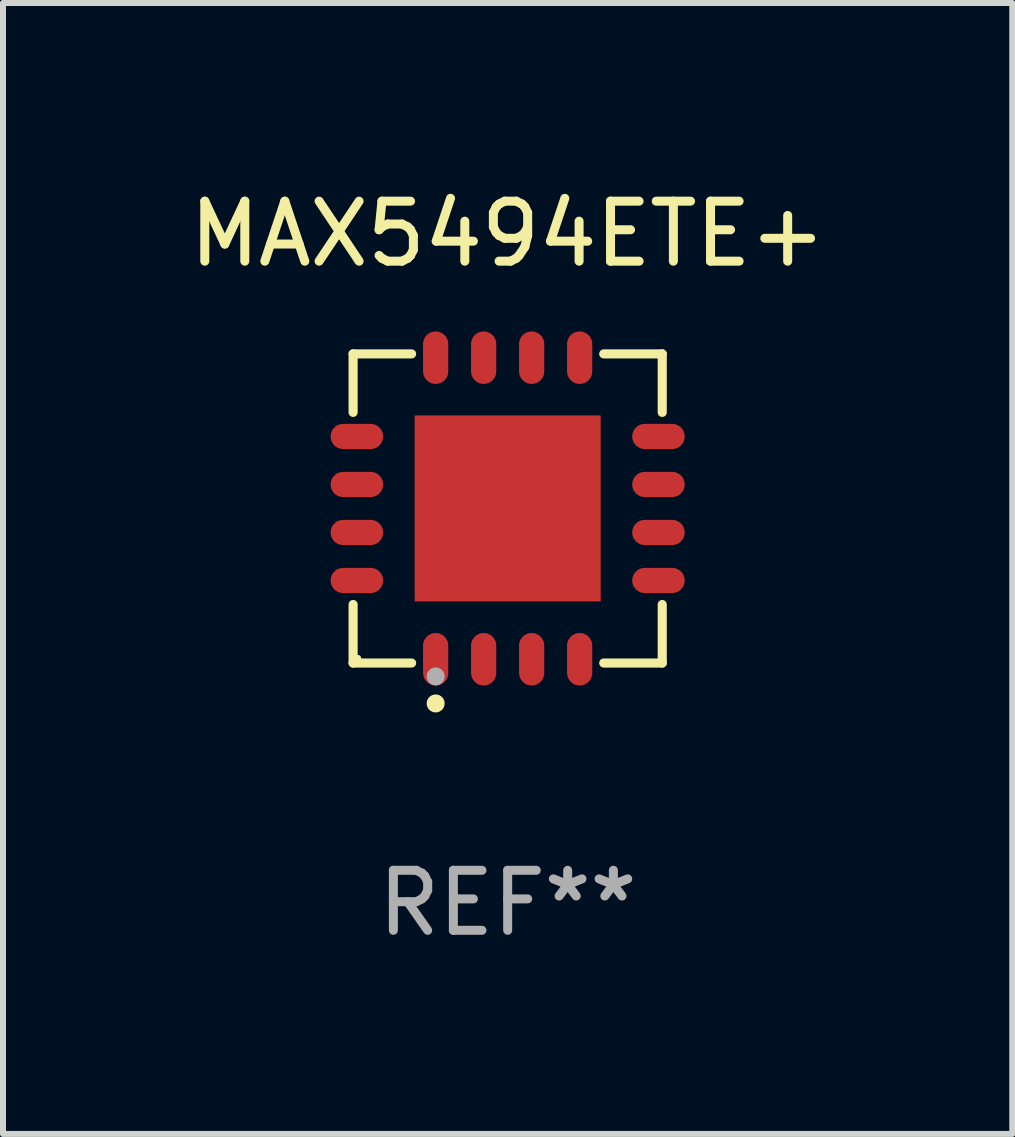
<source format=kicad_pcb>
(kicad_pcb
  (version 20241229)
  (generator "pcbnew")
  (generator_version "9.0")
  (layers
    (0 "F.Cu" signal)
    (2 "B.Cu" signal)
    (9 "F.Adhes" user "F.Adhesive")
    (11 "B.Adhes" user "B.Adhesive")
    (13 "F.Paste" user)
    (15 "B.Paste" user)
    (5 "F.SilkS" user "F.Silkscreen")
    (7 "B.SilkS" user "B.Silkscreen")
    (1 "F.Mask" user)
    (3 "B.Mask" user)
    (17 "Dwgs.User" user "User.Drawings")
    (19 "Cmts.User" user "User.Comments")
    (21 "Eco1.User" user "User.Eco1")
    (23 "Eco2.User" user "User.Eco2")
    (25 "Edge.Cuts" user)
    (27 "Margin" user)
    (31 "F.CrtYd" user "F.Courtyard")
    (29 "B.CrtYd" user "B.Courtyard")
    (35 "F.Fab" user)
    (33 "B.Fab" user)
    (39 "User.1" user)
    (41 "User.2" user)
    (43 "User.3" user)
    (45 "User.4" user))
  (footprint "MAX5494ETE+"
    (layer "F.Cu")
    (at 5.411 5.424)
    (property "Reference" "MAX5494ETE+" (at 0 -4.576 0) (layer "F.SilkS") (effects (font (size 1 1) (thickness 0.15))))
    (attr through_hole)
    (fp_line (start -2.576 -2.576) (end -1.601 -2.576) (stroke (width 0.152) (type solid)) (layer "F.SilkS"))
    (fp_line (start -2.576 -1.601) (end -2.576 -2.576) (stroke (width 0.152) (type solid)) (layer "F.SilkS"))
    (fp_line (start -2.576 1.601) (end -2.576 2.576) (stroke (width 0.152) (type solid)) (layer "F.SilkS"))
    (fp_line (start -2.576 2.576) (end -1.601 2.576) (stroke (width 0.152) (type solid)) (layer "F.SilkS"))
    (fp_line (start 2.576 -2.576) (end 1.601 -2.576) (stroke (width 0.152) (type solid)) (layer "F.SilkS"))
    (fp_line (start 2.576 -1.601) (end 2.576 -2.576) (stroke (width 0.152) (type solid)) (layer "F.SilkS"))
    (fp_line (start 2.576 1.601) (end 2.576 2.576) (stroke (width 0.152) (type solid)) (layer "F.SilkS"))
    (fp_line (start 2.576 2.576) (end 1.601 2.576) (stroke (width 0.152) (type solid)) (layer "F.SilkS"))
    (fp_circle (center -2.5 2.5) (end -2.47 2.5) (stroke (width 0.06) (type solid)) (fill no) (layer "F.SilkS"))
    (fp_circle (center -1.2 3.25) (end -1.125 3.25) (stroke (width 0.15) (type solid)) (fill no) (layer "F.SilkS"))
    (fp_circle (center -1.2 2.8) (end -1.125 2.8) (stroke (width 0.15) (type solid)) (fill no) (layer "F.Fab"))
    (fp_text user "REF**" (at 0 6.576 0) (layer "F.Fab") (effects (font (size 1 1) (thickness 0.15))))
    (pad "1" smd oval (at -1.2 2.513) (size 0.42 0.875) (layers "F.Cu" "F.Mask" "F.Paste"))
    (pad "2" smd oval (at -0.4 2.513) (size 0.42 0.875) (layers "F.Cu" "F.Mask" "F.Paste"))
    (pad "3" smd oval (at 0.4 2.513) (size 0.42 0.875) (layers "F.Cu" "F.Mask" "F.Paste"))
    (pad "4" smd oval (at 1.2 2.513) (size 0.42 0.875) (layers "F.Cu" "F.Mask" "F.Paste"))
    (pad "5" smd oval (at 2.513 1.2) (size 0.875 0.42) (layers "F.Cu" "F.Mask" "F.Paste"))
    (pad "6" smd oval (at 2.513 0.4) (size 0.875 0.42) (layers "F.Cu" "F.Mask" "F.Paste"))
    (pad "7" smd oval (at 2.513 -0.4) (size 0.875 0.42) (layers "F.Cu" "F.Mask" "F.Paste"))
    (pad "8" smd oval (at 2.513 -1.2) (size 0.875 0.42) (layers "F.Cu" "F.Mask" "F.Paste"))
    (pad "9" smd oval (at 1.2 -2.513) (size 0.42 0.875) (layers "F.Cu" "F.Mask" "F.Paste"))
    (pad "10" smd oval (at 0.4 -2.513) (size 0.42 0.875) (layers "F.Cu" "F.Mask" "F.Paste"))
    (pad "11" smd oval (at -0.4 -2.513) (size 0.42 0.875) (layers "F.Cu" "F.Mask" "F.Paste"))
    (pad "12" smd oval (at -1.2 -2.513) (size 0.42 0.875) (layers "F.Cu" "F.Mask" "F.Paste"))
    (pad "13" smd oval (at -2.513 -1.2) (size 0.875 0.42) (layers "F.Cu" "F.Mask" "F.Paste"))
    (pad "14" smd oval (at -2.513 -0.4) (size 0.875 0.42) (layers "F.Cu" "F.Mask" "F.Paste"))
    (pad "15" smd oval (at -2.513 0.4) (size 0.875 0.42) (layers "F.Cu" "F.Mask" "F.Paste"))
    (pad "16" smd oval (at -2.513 1.2) (size 0.875 0.42) (layers "F.Cu" "F.Mask" "F.Paste"))
    (pad "17" smd rect (at 0 0) (size 3.1 3.1) (layers "F.Cu" "F.Mask" "F.Paste")))
  (gr_rect
    (start -3 -3)
    (end 13.821 15.849)
    (stroke (width 0.1) (type default))
    (fill no)
    (layer "Edge.Cuts")))
</source>
